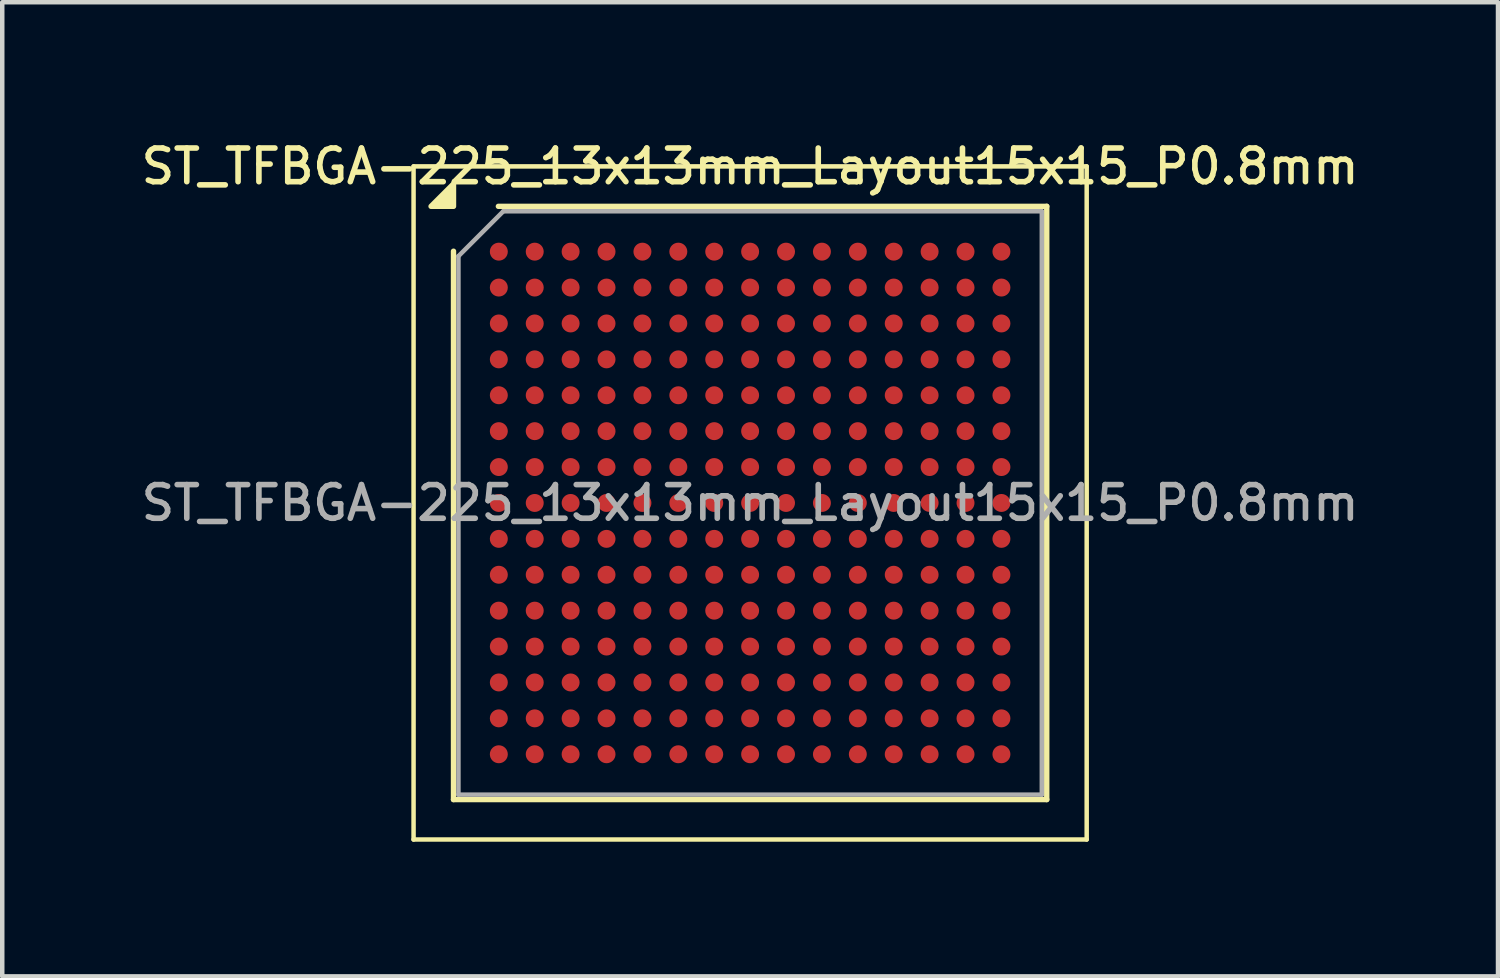
<source format=kicad_pcb>
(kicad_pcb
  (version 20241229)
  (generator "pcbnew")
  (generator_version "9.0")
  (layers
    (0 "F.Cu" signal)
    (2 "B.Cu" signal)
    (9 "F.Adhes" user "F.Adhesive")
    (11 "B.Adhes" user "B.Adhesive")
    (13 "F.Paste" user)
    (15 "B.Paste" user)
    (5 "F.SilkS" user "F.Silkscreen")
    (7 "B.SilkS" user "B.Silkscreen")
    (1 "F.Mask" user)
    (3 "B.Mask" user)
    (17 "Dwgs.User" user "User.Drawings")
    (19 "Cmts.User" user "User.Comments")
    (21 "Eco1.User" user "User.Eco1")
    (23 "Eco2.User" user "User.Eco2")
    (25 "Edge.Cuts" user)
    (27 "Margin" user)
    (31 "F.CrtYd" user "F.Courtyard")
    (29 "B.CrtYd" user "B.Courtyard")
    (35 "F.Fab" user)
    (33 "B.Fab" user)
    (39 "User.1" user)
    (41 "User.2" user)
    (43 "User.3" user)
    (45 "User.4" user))
  (footprint "ST_TFBGA-225_13x13mm_Layout15x15_P0.8mm"
    (layer "F.Cu")
    (at 13.666 8.158)
    (property "Reference" "ST_TFBGA-225_13x13mm_Layout15x15_P0.8mm" (at 0 -7.5 0) (layer "F.SilkS") (effects (font (size 0.75 0.75) (thickness 0.125))))
    (attr smd)
    (fp_line (start -7.5 -7.5) (end -7.5 7.5) (stroke (width 0.1) (type solid)) (layer "F.SilkS"))
    (fp_line (start -7.5 7.5) (end 7.5 7.5) (stroke (width 0.1) (type solid)) (layer "F.SilkS"))
    (fp_line (start -6.61 6.61) (end -6.61 -5.61) (stroke (width 0.12) (type solid)) (layer "F.SilkS"))
    (fp_line (start -5.61 -6.61) (end 6.61 -6.61) (stroke (width 0.12) (type solid)) (layer "F.SilkS"))
    (fp_line (start 6.61 -6.61) (end 6.61 6.61) (stroke (width 0.12) (type solid)) (layer "F.SilkS"))
    (fp_line (start 6.61 6.61) (end -6.61 6.61) (stroke (width 0.12) (type solid)) (layer "F.SilkS"))
    (fp_line (start 7.5 -7.5) (end -7.5 -7.5) (stroke (width 0.1) (type solid)) (layer "F.SilkS"))
    (fp_line (start 7.5 7.5) (end 7.5 -7.5) (stroke (width 0.1) (type solid)) (layer "F.SilkS"))
    (fp_poly (pts (xy -6.61 -6.61) (xy -7.11 -6.61) (xy -6.61 -7.11) (xy -6.61 -6.61)) (stroke (width 0.12) (type solid)) (fill yes) (layer "F.SilkS"))
    (fp_line (start -6.5 -5.5) (end -5.5 -6.5) (stroke (width 0.1) (type solid)) (layer "F.Fab"))
    (fp_line (start -6.5 6.5) (end -6.5 -5.5) (stroke (width 0.1) (type solid)) (layer "F.Fab"))
    (fp_line (start -5.5 -6.5) (end 6.5 -6.5) (stroke (width 0.1) (type solid)) (layer "F.Fab"))
    (fp_line (start 6.5 -6.5) (end 6.5 6.5) (stroke (width 0.1) (type solid)) (layer "F.Fab"))
    (fp_line (start 6.5 6.5) (end -6.5 6.5) (stroke (width 0.1) (type solid)) (layer "F.Fab"))
    (fp_text user "${REFERENCE}" (at 0 0 0) (layer "F.Fab") (effects (font (size 0.75 0.75) (thickness 0.125))))
    (pad "A1" smd circle (at -5.6 -5.6) (size 0.4 0.4) (property pad_prop_bga) (layers "F.Cu" "F.Mask" "F.Paste"))
    (pad "A2" smd circle (at -4.8 -5.6) (size 0.4 0.4) (property pad_prop_bga) (layers "F.Cu" "F.Mask" "F.Paste"))
    (pad "A3" smd circle (at -4 -5.6) (size 0.4 0.4) (property pad_prop_bga) (layers "F.Cu" "F.Mask" "F.Paste"))
    (pad "A4" smd circle (at -3.2 -5.6) (size 0.4 0.4) (property pad_prop_bga) (layers "F.Cu" "F.Mask" "F.Paste"))
    (pad "A5" smd circle (at -2.4 -5.6) (size 0.4 0.4) (property pad_prop_bga) (layers "F.Cu" "F.Mask" "F.Paste"))
    (pad "A6" smd circle (at -1.6 -5.6) (size 0.4 0.4) (property pad_prop_bga) (layers "F.Cu" "F.Mask" "F.Paste"))
    (pad "A7" smd circle (at -0.8 -5.6) (size 0.4 0.4) (property pad_prop_bga) (layers "F.Cu" "F.Mask" "F.Paste"))
    (pad "A8" smd circle (at 0 -5.6) (size 0.4 0.4) (property pad_prop_bga) (layers "F.Cu" "F.Mask" "F.Paste"))
    (pad "A9" smd circle (at 0.8 -5.6) (size 0.4 0.4) (property pad_prop_bga) (layers "F.Cu" "F.Mask" "F.Paste"))
    (pad "A10" smd circle (at 1.6 -5.6) (size 0.4 0.4) (property pad_prop_bga) (layers "F.Cu" "F.Mask" "F.Paste"))
    (pad "A11" smd circle (at 2.4 -5.6) (size 0.4 0.4) (property pad_prop_bga) (layers "F.Cu" "F.Mask" "F.Paste"))
    (pad "A12" smd circle (at 3.2 -5.6) (size 0.4 0.4) (property pad_prop_bga) (layers "F.Cu" "F.Mask" "F.Paste"))
    (pad "A13" smd circle (at 4 -5.6) (size 0.4 0.4) (property pad_prop_bga) (layers "F.Cu" "F.Mask" "F.Paste"))
    (pad "A14" smd circle (at 4.8 -5.6) (size 0.4 0.4) (property pad_prop_bga) (layers "F.Cu" "F.Mask" "F.Paste"))
    (pad "A15" smd circle (at 5.6 -5.6) (size 0.4 0.4) (property pad_prop_bga) (layers "F.Cu" "F.Mask" "F.Paste"))
    (pad "B1" smd circle (at -5.6 -4.8) (size 0.4 0.4) (property pad_prop_bga) (layers "F.Cu" "F.Mask" "F.Paste"))
    (pad "B2" smd circle (at -4.8 -4.8) (size 0.4 0.4) (property pad_prop_bga) (layers "F.Cu" "F.Mask" "F.Paste"))
    (pad "B3" smd circle (at -4 -4.8) (size 0.4 0.4) (property pad_prop_bga) (layers "F.Cu" "F.Mask" "F.Paste"))
    (pad "B4" smd circle (at -3.2 -4.8) (size 0.4 0.4) (property pad_prop_bga) (layers "F.Cu" "F.Mask" "F.Paste"))
    (pad "B5" smd circle (at -2.4 -4.8) (size 0.4 0.4) (property pad_prop_bga) (layers "F.Cu" "F.Mask" "F.Paste"))
    (pad "B6" smd circle (at -1.6 -4.8) (size 0.4 0.4) (property pad_prop_bga) (layers "F.Cu" "F.Mask" "F.Paste"))
    (pad "B7" smd circle (at -0.8 -4.8) (size 0.4 0.4) (property pad_prop_bga) (layers "F.Cu" "F.Mask" "F.Paste"))
    (pad "B8" smd circle (at 0 -4.8) (size 0.4 0.4) (property pad_prop_bga) (layers "F.Cu" "F.Mask" "F.Paste"))
    (pad "B9" smd circle (at 0.8 -4.8) (size 0.4 0.4) (property pad_prop_bga) (layers "F.Cu" "F.Mask" "F.Paste"))
    (pad "B10" smd circle (at 1.6 -4.8) (size 0.4 0.4) (property pad_prop_bga) (layers "F.Cu" "F.Mask" "F.Paste"))
    (pad "B11" smd circle (at 2.4 -4.8) (size 0.4 0.4) (property pad_prop_bga) (layers "F.Cu" "F.Mask" "F.Paste"))
    (pad "B12" smd circle (at 3.2 -4.8) (size 0.4 0.4) (property pad_prop_bga) (layers "F.Cu" "F.Mask" "F.Paste"))
    (pad "B13" smd circle (at 4 -4.8) (size 0.4 0.4) (property pad_prop_bga) (layers "F.Cu" "F.Mask" "F.Paste"))
    (pad "B14" smd circle (at 4.8 -4.8) (size 0.4 0.4) (property pad_prop_bga) (layers "F.Cu" "F.Mask" "F.Paste"))
    (pad "B15" smd circle (at 5.6 -4.8) (size 0.4 0.4) (property pad_prop_bga) (layers "F.Cu" "F.Mask" "F.Paste"))
    (pad "C1" smd circle (at -5.6 -4) (size 0.4 0.4) (property pad_prop_bga) (layers "F.Cu" "F.Mask" "F.Paste"))
    (pad "C2" smd circle (at -4.8 -4) (size 0.4 0.4) (property pad_prop_bga) (layers "F.Cu" "F.Mask" "F.Paste"))
    (pad "C3" smd circle (at -4 -4) (size 0.4 0.4) (property pad_prop_bga) (layers "F.Cu" "F.Mask" "F.Paste"))
    (pad "C4" smd circle (at -3.2 -4) (size 0.4 0.4) (property pad_prop_bga) (layers "F.Cu" "F.Mask" "F.Paste"))
    (pad "C5" smd circle (at -2.4 -4) (size 0.4 0.4) (property pad_prop_bga) (layers "F.Cu" "F.Mask" "F.Paste"))
    (pad "C6" smd circle (at -1.6 -4) (size 0.4 0.4) (property pad_prop_bga) (layers "F.Cu" "F.Mask" "F.Paste"))
    (pad "C7" smd circle (at -0.8 -4) (size 0.4 0.4) (property pad_prop_bga) (layers "F.Cu" "F.Mask" "F.Paste"))
    (pad "C8" smd circle (at 0 -4) (size 0.4 0.4) (property pad_prop_bga) (layers "F.Cu" "F.Mask" "F.Paste"))
    (pad "C9" smd circle (at 0.8 -4) (size 0.4 0.4) (property pad_prop_bga) (layers "F.Cu" "F.Mask" "F.Paste"))
    (pad "C10" smd circle (at 1.6 -4) (size 0.4 0.4) (property pad_prop_bga) (layers "F.Cu" "F.Mask" "F.Paste"))
    (pad "C11" smd circle (at 2.4 -4) (size 0.4 0.4) (property pad_prop_bga) (layers "F.Cu" "F.Mask" "F.Paste"))
    (pad "C12" smd circle (at 3.2 -4) (size 0.4 0.4) (property pad_prop_bga) (layers "F.Cu" "F.Mask" "F.Paste"))
    (pad "C13" smd circle (at 4 -4) (size 0.4 0.4) (property pad_prop_bga) (layers "F.Cu" "F.Mask" "F.Paste"))
    (pad "C14" smd circle (at 4.8 -4) (size 0.4 0.4) (property pad_prop_bga) (layers "F.Cu" "F.Mask" "F.Paste"))
    (pad "C15" smd circle (at 5.6 -4) (size 0.4 0.4) (property pad_prop_bga) (layers "F.Cu" "F.Mask" "F.Paste"))
    (pad "D1" smd circle (at -5.6 -3.2) (size 0.4 0.4) (property pad_prop_bga) (layers "F.Cu" "F.Mask" "F.Paste"))
    (pad "D2" smd circle (at -4.8 -3.2) (size 0.4 0.4) (property pad_prop_bga) (layers "F.Cu" "F.Mask" "F.Paste"))
    (pad "D3" smd circle (at -4 -3.2) (size 0.4 0.4) (property pad_prop_bga) (layers "F.Cu" "F.Mask" "F.Paste"))
    (pad "D4" smd circle (at -3.2 -3.2) (size 0.4 0.4) (property pad_prop_bga) (layers "F.Cu" "F.Mask" "F.Paste"))
    (pad "D5" smd circle (at -2.4 -3.2) (size 0.4 0.4) (property pad_prop_bga) (layers "F.Cu" "F.Mask" "F.Paste"))
    (pad "D6" smd circle (at -1.6 -3.2) (size 0.4 0.4) (property pad_prop_bga) (layers "F.Cu" "F.Mask" "F.Paste"))
    (pad "D7" smd circle (at -0.8 -3.2) (size 0.4 0.4) (property pad_prop_bga) (layers "F.Cu" "F.Mask" "F.Paste"))
    (pad "D8" smd circle (at 0 -3.2) (size 0.4 0.4) (property pad_prop_bga) (layers "F.Cu" "F.Mask" "F.Paste"))
    (pad "D9" smd circle (at 0.8 -3.2) (size 0.4 0.4) (property pad_prop_bga) (layers "F.Cu" "F.Mask" "F.Paste"))
    (pad "D10" smd circle (at 1.6 -3.2) (size 0.4 0.4) (property pad_prop_bga) (layers "F.Cu" "F.Mask" "F.Paste"))
    (pad "D11" smd circle (at 2.4 -3.2) (size 0.4 0.4) (property pad_prop_bga) (layers "F.Cu" "F.Mask" "F.Paste"))
    (pad "D12" smd circle (at 3.2 -3.2) (size 0.4 0.4) (property pad_prop_bga) (layers "F.Cu" "F.Mask" "F.Paste"))
    (pad "D13" smd circle (at 4 -3.2) (size 0.4 0.4) (property pad_prop_bga) (layers "F.Cu" "F.Mask" "F.Paste"))
    (pad "D14" smd circle (at 4.8 -3.2) (size 0.4 0.4) (property pad_prop_bga) (layers "F.Cu" "F.Mask" "F.Paste"))
    (pad "D15" smd circle (at 5.6 -3.2) (size 0.4 0.4) (property pad_prop_bga) (layers "F.Cu" "F.Mask" "F.Paste"))
    (pad "E1" smd circle (at -5.6 -2.4) (size 0.4 0.4) (property pad_prop_bga) (layers "F.Cu" "F.Mask" "F.Paste"))
    (pad "E2" smd circle (at -4.8 -2.4) (size 0.4 0.4) (property pad_prop_bga) (layers "F.Cu" "F.Mask" "F.Paste"))
    (pad "E3" smd circle (at -4 -2.4) (size 0.4 0.4) (property pad_prop_bga) (layers "F.Cu" "F.Mask" "F.Paste"))
    (pad "E4" smd circle (at -3.2 -2.4) (size 0.4 0.4) (property pad_prop_bga) (layers "F.Cu" "F.Mask" "F.Paste"))
    (pad "E5" smd circle (at -2.4 -2.4) (size 0.4 0.4) (property pad_prop_bga) (layers "F.Cu" "F.Mask" "F.Paste"))
    (pad "E6" smd circle (at -1.6 -2.4) (size 0.4 0.4) (property pad_prop_bga) (layers "F.Cu" "F.Mask" "F.Paste"))
    (pad "E7" smd circle (at -0.8 -2.4) (size 0.4 0.4) (property pad_prop_bga) (layers "F.Cu" "F.Mask" "F.Paste"))
    (pad "E8" smd circle (at 0 -2.4) (size 0.4 0.4) (property pad_prop_bga) (layers "F.Cu" "F.Mask" "F.Paste"))
    (pad "E9" smd circle (at 0.8 -2.4) (size 0.4 0.4) (property pad_prop_bga) (layers "F.Cu" "F.Mask" "F.Paste"))
    (pad "E10" smd circle (at 1.6 -2.4) (size 0.4 0.4) (property pad_prop_bga) (layers "F.Cu" "F.Mask" "F.Paste"))
    (pad "E11" smd circle (at 2.4 -2.4) (size 0.4 0.4) (property pad_prop_bga) (layers "F.Cu" "F.Mask" "F.Paste"))
    (pad "E12" smd circle (at 3.2 -2.4) (size 0.4 0.4) (property pad_prop_bga) (layers "F.Cu" "F.Mask" "F.Paste"))
    (pad "E13" smd circle (at 4 -2.4) (size 0.4 0.4) (property pad_prop_bga) (layers "F.Cu" "F.Mask" "F.Paste"))
    (pad "E14" smd circle (at 4.8 -2.4) (size 0.4 0.4) (property pad_prop_bga) (layers "F.Cu" "F.Mask" "F.Paste"))
    (pad "E15" smd circle (at 5.6 -2.4) (size 0.4 0.4) (property pad_prop_bga) (layers "F.Cu" "F.Mask" "F.Paste"))
    (pad "F1" smd circle (at -5.6 -1.6) (size 0.4 0.4) (property pad_prop_bga) (layers "F.Cu" "F.Mask" "F.Paste"))
    (pad "F2" smd circle (at -4.8 -1.6) (size 0.4 0.4) (property pad_prop_bga) (layers "F.Cu" "F.Mask" "F.Paste"))
    (pad "F3" smd circle (at -4 -1.6) (size 0.4 0.4) (property pad_prop_bga) (layers "F.Cu" "F.Mask" "F.Paste"))
    (pad "F4" smd circle (at -3.2 -1.6) (size 0.4 0.4) (property pad_prop_bga) (layers "F.Cu" "F.Mask" "F.Paste"))
    (pad "F5" smd circle (at -2.4 -1.6) (size 0.4 0.4) (property pad_prop_bga) (layers "F.Cu" "F.Mask" "F.Paste"))
    (pad "F6" smd circle (at -1.6 -1.6) (size 0.4 0.4) (property pad_prop_bga) (layers "F.Cu" "F.Mask" "F.Paste"))
    (pad "F7" smd circle (at -0.8 -1.6) (size 0.4 0.4) (property pad_prop_bga) (layers "F.Cu" "F.Mask" "F.Paste"))
    (pad "F8" smd circle (at 0 -1.6) (size 0.4 0.4) (property pad_prop_bga) (layers "F.Cu" "F.Mask" "F.Paste"))
    (pad "F9" smd circle (at 0.8 -1.6) (size 0.4 0.4) (property pad_prop_bga) (layers "F.Cu" "F.Mask" "F.Paste"))
    (pad "F10" smd circle (at 1.6 -1.6) (size 0.4 0.4) (property pad_prop_bga) (layers "F.Cu" "F.Mask" "F.Paste"))
    (pad "F11" smd circle (at 2.4 -1.6) (size 0.4 0.4) (property pad_prop_bga) (layers "F.Cu" "F.Mask" "F.Paste"))
    (pad "F12" smd circle (at 3.2 -1.6) (size 0.4 0.4) (property pad_prop_bga) (layers "F.Cu" "F.Mask" "F.Paste"))
    (pad "F13" smd circle (at 4 -1.6) (size 0.4 0.4) (property pad_prop_bga) (layers "F.Cu" "F.Mask" "F.Paste"))
    (pad "F14" smd circle (at 4.8 -1.6) (size 0.4 0.4) (property pad_prop_bga) (layers "F.Cu" "F.Mask" "F.Paste"))
    (pad "F15" smd circle (at 5.6 -1.6) (size 0.4 0.4) (property pad_prop_bga) (layers "F.Cu" "F.Mask" "F.Paste"))
    (pad "G1" smd circle (at -5.6 -0.8) (size 0.4 0.4) (property pad_prop_bga) (layers "F.Cu" "F.Mask" "F.Paste"))
    (pad "G2" smd circle (at -4.8 -0.8) (size 0.4 0.4) (property pad_prop_bga) (layers "F.Cu" "F.Mask" "F.Paste"))
    (pad "G3" smd circle (at -4 -0.8) (size 0.4 0.4) (property pad_prop_bga) (layers "F.Cu" "F.Mask" "F.Paste"))
    (pad "G4" smd circle (at -3.2 -0.8) (size 0.4 0.4) (property pad_prop_bga) (layers "F.Cu" "F.Mask" "F.Paste"))
    (pad "G5" smd circle (at -2.4 -0.8) (size 0.4 0.4) (property pad_prop_bga) (layers "F.Cu" "F.Mask" "F.Paste"))
    (pad "G6" smd circle (at -1.6 -0.8) (size 0.4 0.4) (property pad_prop_bga) (layers "F.Cu" "F.Mask" "F.Paste"))
    (pad "G7" smd circle (at -0.8 -0.8) (size 0.4 0.4) (property pad_prop_bga) (layers "F.Cu" "F.Mask" "F.Paste"))
    (pad "G8" smd circle (at 0 -0.8) (size 0.4 0.4) (property pad_prop_bga) (layers "F.Cu" "F.Mask" "F.Paste"))
    (pad "G9" smd circle (at 0.8 -0.8) (size 0.4 0.4) (property pad_prop_bga) (layers "F.Cu" "F.Mask" "F.Paste"))
    (pad "G10" smd circle (at 1.6 -0.8) (size 0.4 0.4) (property pad_prop_bga) (layers "F.Cu" "F.Mask" "F.Paste"))
    (pad "G11" smd circle (at 2.4 -0.8) (size 0.4 0.4) (property pad_prop_bga) (layers "F.Cu" "F.Mask" "F.Paste"))
    (pad "G12" smd circle (at 3.2 -0.8) (size 0.4 0.4) (property pad_prop_bga) (layers "F.Cu" "F.Mask" "F.Paste"))
    (pad "G13" smd circle (at 4 -0.8) (size 0.4 0.4) (property pad_prop_bga) (layers "F.Cu" "F.Mask" "F.Paste"))
    (pad "G14" smd circle (at 4.8 -0.8) (size 0.4 0.4) (property pad_prop_bga) (layers "F.Cu" "F.Mask" "F.Paste"))
    (pad "G15" smd circle (at 5.6 -0.8) (size 0.4 0.4) (property pad_prop_bga) (layers "F.Cu" "F.Mask" "F.Paste"))
    (pad "H1" smd circle (at -5.6 0) (size 0.4 0.4) (property pad_prop_bga) (layers "F.Cu" "F.Mask" "F.Paste"))
    (pad "H2" smd circle (at -4.8 0) (size 0.4 0.4) (property pad_prop_bga) (layers "F.Cu" "F.Mask" "F.Paste"))
    (pad "H3" smd circle (at -4 0) (size 0.4 0.4) (property pad_prop_bga) (layers "F.Cu" "F.Mask" "F.Paste"))
    (pad "H4" smd circle (at -3.2 0) (size 0.4 0.4) (property pad_prop_bga) (layers "F.Cu" "F.Mask" "F.Paste"))
    (pad "H5" smd circle (at -2.4 0) (size 0.4 0.4) (property pad_prop_bga) (layers "F.Cu" "F.Mask" "F.Paste"))
    (pad "H6" smd circle (at -1.6 0) (size 0.4 0.4) (property pad_prop_bga) (layers "F.Cu" "F.Mask" "F.Paste"))
    (pad "H7" smd circle (at -0.8 0) (size 0.4 0.4) (property pad_prop_bga) (layers "F.Cu" "F.Mask" "F.Paste"))
    (pad "H8" smd circle (at 0 0) (size 0.4 0.4) (property pad_prop_bga) (layers "F.Cu" "F.Mask" "F.Paste"))
    (pad "H9" smd circle (at 0.8 0) (size 0.4 0.4) (property pad_prop_bga) (layers "F.Cu" "F.Mask" "F.Paste"))
    (pad "H10" smd circle (at 1.6 0) (size 0.4 0.4) (property pad_prop_bga) (layers "F.Cu" "F.Mask" "F.Paste"))
    (pad "H11" smd circle (at 2.4 0) (size 0.4 0.4) (property pad_prop_bga) (layers "F.Cu" "F.Mask" "F.Paste"))
    (pad "H12" smd circle (at 3.2 0) (size 0.4 0.4) (property pad_prop_bga) (layers "F.Cu" "F.Mask" "F.Paste"))
    (pad "H13" smd circle (at 4 0) (size 0.4 0.4) (property pad_prop_bga) (layers "F.Cu" "F.Mask" "F.Paste"))
    (pad "H14" smd circle (at 4.8 0) (size 0.4 0.4) (property pad_prop_bga) (layers "F.Cu" "F.Mask" "F.Paste"))
    (pad "H15" smd circle (at 5.6 0) (size 0.4 0.4) (property pad_prop_bga) (layers "F.Cu" "F.Mask" "F.Paste"))
    (pad "J1" smd circle (at -5.6 0.8) (size 0.4 0.4) (property pad_prop_bga) (layers "F.Cu" "F.Mask" "F.Paste"))
    (pad "J2" smd circle (at -4.8 0.8) (size 0.4 0.4) (property pad_prop_bga) (layers "F.Cu" "F.Mask" "F.Paste"))
    (pad "J3" smd circle (at -4 0.8) (size 0.4 0.4) (property pad_prop_bga) (layers "F.Cu" "F.Mask" "F.Paste"))
    (pad "J4" smd circle (at -3.2 0.8) (size 0.4 0.4) (property pad_prop_bga) (layers "F.Cu" "F.Mask" "F.Paste"))
    (pad "J5" smd circle (at -2.4 0.8) (size 0.4 0.4) (property pad_prop_bga) (layers "F.Cu" "F.Mask" "F.Paste"))
    (pad "J6" smd circle (at -1.6 0.8) (size 0.4 0.4) (property pad_prop_bga) (layers "F.Cu" "F.Mask" "F.Paste"))
    (pad "J7" smd circle (at -0.8 0.8) (size 0.4 0.4) (property pad_prop_bga) (layers "F.Cu" "F.Mask" "F.Paste"))
    (pad "J8" smd circle (at 0 0.8) (size 0.4 0.4) (property pad_prop_bga) (layers "F.Cu" "F.Mask" "F.Paste"))
    (pad "J9" smd circle (at 0.8 0.8) (size 0.4 0.4) (property pad_prop_bga) (layers "F.Cu" "F.Mask" "F.Paste"))
    (pad "J10" smd circle (at 1.6 0.8) (size 0.4 0.4) (property pad_prop_bga) (layers "F.Cu" "F.Mask" "F.Paste"))
    (pad "J11" smd circle (at 2.4 0.8) (size 0.4 0.4) (property pad_prop_bga) (layers "F.Cu" "F.Mask" "F.Paste"))
    (pad "J12" smd circle (at 3.2 0.8) (size 0.4 0.4) (property pad_prop_bga) (layers "F.Cu" "F.Mask" "F.Paste"))
    (pad "J13" smd circle (at 4 0.8) (size 0.4 0.4) (property pad_prop_bga) (layers "F.Cu" "F.Mask" "F.Paste"))
    (pad "J14" smd circle (at 4.8 0.8) (size 0.4 0.4) (property pad_prop_bga) (layers "F.Cu" "F.Mask" "F.Paste"))
    (pad "J15" smd circle (at 5.6 0.8) (size 0.4 0.4) (property pad_prop_bga) (layers "F.Cu" "F.Mask" "F.Paste"))
    (pad "K1" smd circle (at -5.6 1.6) (size 0.4 0.4) (property pad_prop_bga) (layers "F.Cu" "F.Mask" "F.Paste"))
    (pad "K2" smd circle (at -4.8 1.6) (size 0.4 0.4) (property pad_prop_bga) (layers "F.Cu" "F.Mask" "F.Paste"))
    (pad "K3" smd circle (at -4 1.6) (size 0.4 0.4) (property pad_prop_bga) (layers "F.Cu" "F.Mask" "F.Paste"))
    (pad "K4" smd circle (at -3.2 1.6) (size 0.4 0.4) (property pad_prop_bga) (layers "F.Cu" "F.Mask" "F.Paste"))
    (pad "K5" smd circle (at -2.4 1.6) (size 0.4 0.4) (property pad_prop_bga) (layers "F.Cu" "F.Mask" "F.Paste"))
    (pad "K6" smd circle (at -1.6 1.6) (size 0.4 0.4) (property pad_prop_bga) (layers "F.Cu" "F.Mask" "F.Paste"))
    (pad "K7" smd circle (at -0.8 1.6) (size 0.4 0.4) (property pad_prop_bga) (layers "F.Cu" "F.Mask" "F.Paste"))
    (pad "K8" smd circle (at 0 1.6) (size 0.4 0.4) (property pad_prop_bga) (layers "F.Cu" "F.Mask" "F.Paste"))
    (pad "K9" smd circle (at 0.8 1.6) (size 0.4 0.4) (property pad_prop_bga) (layers "F.Cu" "F.Mask" "F.Paste"))
    (pad "K10" smd circle (at 1.6 1.6) (size 0.4 0.4) (property pad_prop_bga) (layers "F.Cu" "F.Mask" "F.Paste"))
    (pad "K11" smd circle (at 2.4 1.6) (size 0.4 0.4) (property pad_prop_bga) (layers "F.Cu" "F.Mask" "F.Paste"))
    (pad "K12" smd circle (at 3.2 1.6) (size 0.4 0.4) (property pad_prop_bga) (layers "F.Cu" "F.Mask" "F.Paste"))
    (pad "K13" smd circle (at 4 1.6) (size 0.4 0.4) (property pad_prop_bga) (layers "F.Cu" "F.Mask" "F.Paste"))
    (pad "K14" smd circle (at 4.8 1.6) (size 0.4 0.4) (property pad_prop_bga) (layers "F.Cu" "F.Mask" "F.Paste"))
    (pad "K15" smd circle (at 5.6 1.6) (size 0.4 0.4) (property pad_prop_bga) (layers "F.Cu" "F.Mask" "F.Paste"))
    (pad "L1" smd circle (at -5.6 2.4) (size 0.4 0.4) (property pad_prop_bga) (layers "F.Cu" "F.Mask" "F.Paste"))
    (pad "L2" smd circle (at -4.8 2.4) (size 0.4 0.4) (property pad_prop_bga) (layers "F.Cu" "F.Mask" "F.Paste"))
    (pad "L3" smd circle (at -4 2.4) (size 0.4 0.4) (property pad_prop_bga) (layers "F.Cu" "F.Mask" "F.Paste"))
    (pad "L4" smd circle (at -3.2 2.4) (size 0.4 0.4) (property pad_prop_bga) (layers "F.Cu" "F.Mask" "F.Paste"))
    (pad "L5" smd circle (at -2.4 2.4) (size 0.4 0.4) (property pad_prop_bga) (layers "F.Cu" "F.Mask" "F.Paste"))
    (pad "L6" smd circle (at -1.6 2.4) (size 0.4 0.4) (property pad_prop_bga) (layers "F.Cu" "F.Mask" "F.Paste"))
    (pad "L7" smd circle (at -0.8 2.4) (size 0.4 0.4) (property pad_prop_bga) (layers "F.Cu" "F.Mask" "F.Paste"))
    (pad "L8" smd circle (at 0 2.4) (size 0.4 0.4) (property pad_prop_bga) (layers "F.Cu" "F.Mask" "F.Paste"))
    (pad "L9" smd circle (at 0.8 2.4) (size 0.4 0.4) (property pad_prop_bga) (layers "F.Cu" "F.Mask" "F.Paste"))
    (pad "L10" smd circle (at 1.6 2.4) (size 0.4 0.4) (property pad_prop_bga) (layers "F.Cu" "F.Mask" "F.Paste"))
    (pad "L11" smd circle (at 2.4 2.4) (size 0.4 0.4) (property pad_prop_bga) (layers "F.Cu" "F.Mask" "F.Paste"))
    (pad "L12" smd circle (at 3.2 2.4) (size 0.4 0.4) (property pad_prop_bga) (layers "F.Cu" "F.Mask" "F.Paste"))
    (pad "L13" smd circle (at 4 2.4) (size 0.4 0.4) (property pad_prop_bga) (layers "F.Cu" "F.Mask" "F.Paste"))
    (pad "L14" smd circle (at 4.8 2.4) (size 0.4 0.4) (property pad_prop_bga) (layers "F.Cu" "F.Mask" "F.Paste"))
    (pad "L15" smd circle (at 5.6 2.4) (size 0.4 0.4) (property pad_prop_bga) (layers "F.Cu" "F.Mask" "F.Paste"))
    (pad "M1" smd circle (at -5.6 3.2) (size 0.4 0.4) (property pad_prop_bga) (layers "F.Cu" "F.Mask" "F.Paste"))
    (pad "M2" smd circle (at -4.8 3.2) (size 0.4 0.4) (property pad_prop_bga) (layers "F.Cu" "F.Mask" "F.Paste"))
    (pad "M3" smd circle (at -4 3.2) (size 0.4 0.4) (property pad_prop_bga) (layers "F.Cu" "F.Mask" "F.Paste"))
    (pad "M4" smd circle (at -3.2 3.2) (size 0.4 0.4) (property pad_prop_bga) (layers "F.Cu" "F.Mask" "F.Paste"))
    (pad "M5" smd circle (at -2.4 3.2) (size 0.4 0.4) (property pad_prop_bga) (layers "F.Cu" "F.Mask" "F.Paste"))
    (pad "M6" smd circle (at -1.6 3.2) (size 0.4 0.4) (property pad_prop_bga) (layers "F.Cu" "F.Mask" "F.Paste"))
    (pad "M7" smd circle (at -0.8 3.2) (size 0.4 0.4) (property pad_prop_bga) (layers "F.Cu" "F.Mask" "F.Paste"))
    (pad "M8" smd circle (at 0 3.2) (size 0.4 0.4) (property pad_prop_bga) (layers "F.Cu" "F.Mask" "F.Paste"))
    (pad "M9" smd circle (at 0.8 3.2) (size 0.4 0.4) (property pad_prop_bga) (layers "F.Cu" "F.Mask" "F.Paste"))
    (pad "M10" smd circle (at 1.6 3.2) (size 0.4 0.4) (property pad_prop_bga) (layers "F.Cu" "F.Mask" "F.Paste"))
    (pad "M11" smd circle (at 2.4 3.2) (size 0.4 0.4) (property pad_prop_bga) (layers "F.Cu" "F.Mask" "F.Paste"))
    (pad "M12" smd circle (at 3.2 3.2) (size 0.4 0.4) (property pad_prop_bga) (layers "F.Cu" "F.Mask" "F.Paste"))
    (pad "M13" smd circle (at 4 3.2) (size 0.4 0.4) (property pad_prop_bga) (layers "F.Cu" "F.Mask" "F.Paste"))
    (pad "M14" smd circle (at 4.8 3.2) (size 0.4 0.4) (property pad_prop_bga) (layers "F.Cu" "F.Mask" "F.Paste"))
    (pad "M15" smd circle (at 5.6 3.2) (size 0.4 0.4) (property pad_prop_bga) (layers "F.Cu" "F.Mask" "F.Paste"))
    (pad "N1" smd circle (at -5.6 4) (size 0.4 0.4) (property pad_prop_bga) (layers "F.Cu" "F.Mask" "F.Paste"))
    (pad "N2" smd circle (at -4.8 4) (size 0.4 0.4) (property pad_prop_bga) (layers "F.Cu" "F.Mask" "F.Paste"))
    (pad "N3" smd circle (at -4 4) (size 0.4 0.4) (property pad_prop_bga) (layers "F.Cu" "F.Mask" "F.Paste"))
    (pad "N4" smd circle (at -3.2 4) (size 0.4 0.4) (property pad_prop_bga) (layers "F.Cu" "F.Mask" "F.Paste"))
    (pad "N5" smd circle (at -2.4 4) (size 0.4 0.4) (property pad_prop_bga) (layers "F.Cu" "F.Mask" "F.Paste"))
    (pad "N6" smd circle (at -1.6 4) (size 0.4 0.4) (property pad_prop_bga) (layers "F.Cu" "F.Mask" "F.Paste"))
    (pad "N7" smd circle (at -0.8 4) (size 0.4 0.4) (property pad_prop_bga) (layers "F.Cu" "F.Mask" "F.Paste"))
    (pad "N8" smd circle (at 0 4) (size 0.4 0.4) (property pad_prop_bga) (layers "F.Cu" "F.Mask" "F.Paste"))
    (pad "N9" smd circle (at 0.8 4) (size 0.4 0.4) (property pad_prop_bga) (layers "F.Cu" "F.Mask" "F.Paste"))
    (pad "N10" smd circle (at 1.6 4) (size 0.4 0.4) (property pad_prop_bga) (layers "F.Cu" "F.Mask" "F.Paste"))
    (pad "N11" smd circle (at 2.4 4) (size 0.4 0.4) (property pad_prop_bga) (layers "F.Cu" "F.Mask" "F.Paste"))
    (pad "N12" smd circle (at 3.2 4) (size 0.4 0.4) (property pad_prop_bga) (layers "F.Cu" "F.Mask" "F.Paste"))
    (pad "N13" smd circle (at 4 4) (size 0.4 0.4) (property pad_prop_bga) (layers "F.Cu" "F.Mask" "F.Paste"))
    (pad "N14" smd circle (at 4.8 4) (size 0.4 0.4) (property pad_prop_bga) (layers "F.Cu" "F.Mask" "F.Paste"))
    (pad "N15" smd circle (at 5.6 4) (size 0.4 0.4) (property pad_prop_bga) (layers "F.Cu" "F.Mask" "F.Paste"))
    (pad "P1" smd circle (at -5.6 4.8) (size 0.4 0.4) (property pad_prop_bga) (layers "F.Cu" "F.Mask" "F.Paste"))
    (pad "P2" smd circle (at -4.8 4.8) (size 0.4 0.4) (property pad_prop_bga) (layers "F.Cu" "F.Mask" "F.Paste"))
    (pad "P3" smd circle (at -4 4.8) (size 0.4 0.4) (property pad_prop_bga) (layers "F.Cu" "F.Mask" "F.Paste"))
    (pad "P4" smd circle (at -3.2 4.8) (size 0.4 0.4) (property pad_prop_bga) (layers "F.Cu" "F.Mask" "F.Paste"))
    (pad "P5" smd circle (at -2.4 4.8) (size 0.4 0.4) (property pad_prop_bga) (layers "F.Cu" "F.Mask" "F.Paste"))
    (pad "P6" smd circle (at -1.6 4.8) (size 0.4 0.4) (property pad_prop_bga) (layers "F.Cu" "F.Mask" "F.Paste"))
    (pad "P7" smd circle (at -0.8 4.8) (size 0.4 0.4) (property pad_prop_bga) (layers "F.Cu" "F.Mask" "F.Paste"))
    (pad "P8" smd circle (at 0 4.8) (size 0.4 0.4) (property pad_prop_bga) (layers "F.Cu" "F.Mask" "F.Paste"))
    (pad "P9" smd circle (at 0.8 4.8) (size 0.4 0.4) (property pad_prop_bga) (layers "F.Cu" "F.Mask" "F.Paste"))
    (pad "P10" smd circle (at 1.6 4.8) (size 0.4 0.4) (property pad_prop_bga) (layers "F.Cu" "F.Mask" "F.Paste"))
    (pad "P11" smd circle (at 2.4 4.8) (size 0.4 0.4) (property pad_prop_bga) (layers "F.Cu" "F.Mask" "F.Paste"))
    (pad "P12" smd circle (at 3.2 4.8) (size 0.4 0.4) (property pad_prop_bga) (layers "F.Cu" "F.Mask" "F.Paste"))
    (pad "P13" smd circle (at 4 4.8) (size 0.4 0.4) (property pad_prop_bga) (layers "F.Cu" "F.Mask" "F.Paste"))
    (pad "P14" smd circle (at 4.8 4.8) (size 0.4 0.4) (property pad_prop_bga) (layers "F.Cu" "F.Mask" "F.Paste"))
    (pad "P15" smd circle (at 5.6 4.8) (size 0.4 0.4) (property pad_prop_bga) (layers "F.Cu" "F.Mask" "F.Paste"))
    (pad "R1" smd circle (at -5.6 5.6) (size 0.4 0.4) (property pad_prop_bga) (layers "F.Cu" "F.Mask" "F.Paste"))
    (pad "R2" smd circle (at -4.8 5.6) (size 0.4 0.4) (property pad_prop_bga) (layers "F.Cu" "F.Mask" "F.Paste"))
    (pad "R3" smd circle (at -4 5.6) (size 0.4 0.4) (property pad_prop_bga) (layers "F.Cu" "F.Mask" "F.Paste"))
    (pad "R4" smd circle (at -3.2 5.6) (size 0.4 0.4) (property pad_prop_bga) (layers "F.Cu" "F.Mask" "F.Paste"))
    (pad "R5" smd circle (at -2.4 5.6) (size 0.4 0.4) (property pad_prop_bga) (layers "F.Cu" "F.Mask" "F.Paste"))
    (pad "R6" smd circle (at -1.6 5.6) (size 0.4 0.4) (property pad_prop_bga) (layers "F.Cu" "F.Mask" "F.Paste"))
    (pad "R7" smd circle (at -0.8 5.6) (size 0.4 0.4) (property pad_prop_bga) (layers "F.Cu" "F.Mask" "F.Paste"))
    (pad "R8" smd circle (at 0 5.6) (size 0.4 0.4) (property pad_prop_bga) (layers "F.Cu" "F.Mask" "F.Paste"))
    (pad "R9" smd circle (at 0.8 5.6) (size 0.4 0.4) (property pad_prop_bga) (layers "F.Cu" "F.Mask" "F.Paste"))
    (pad "R10" smd circle (at 1.6 5.6) (size 0.4 0.4) (property pad_prop_bga) (layers "F.Cu" "F.Mask" "F.Paste"))
    (pad "R11" smd circle (at 2.4 5.6) (size 0.4 0.4) (property pad_prop_bga) (layers "F.Cu" "F.Mask" "F.Paste"))
    (pad "R12" smd circle (at 3.2 5.6) (size 0.4 0.4) (property pad_prop_bga) (layers "F.Cu" "F.Mask" "F.Paste"))
    (pad "R13" smd circle (at 4 5.6) (size 0.4 0.4) (property pad_prop_bga) (layers "F.Cu" "F.Mask" "F.Paste"))
    (pad "R14" smd circle (at 4.8 5.6) (size 0.4 0.4) (property pad_prop_bga) (layers "F.Cu" "F.Mask" "F.Paste"))
    (pad "R15" smd circle (at 5.6 5.6) (size 0.4 0.4) (property pad_prop_bga) (layers "F.Cu" "F.Mask" "F.Paste")))
  (gr_rect
    (start -3 -3)
    (end 30.332 18.708)
    (stroke (width 0.1) (type default))
    (fill no)
    (layer "Edge.Cuts")))
</source>
